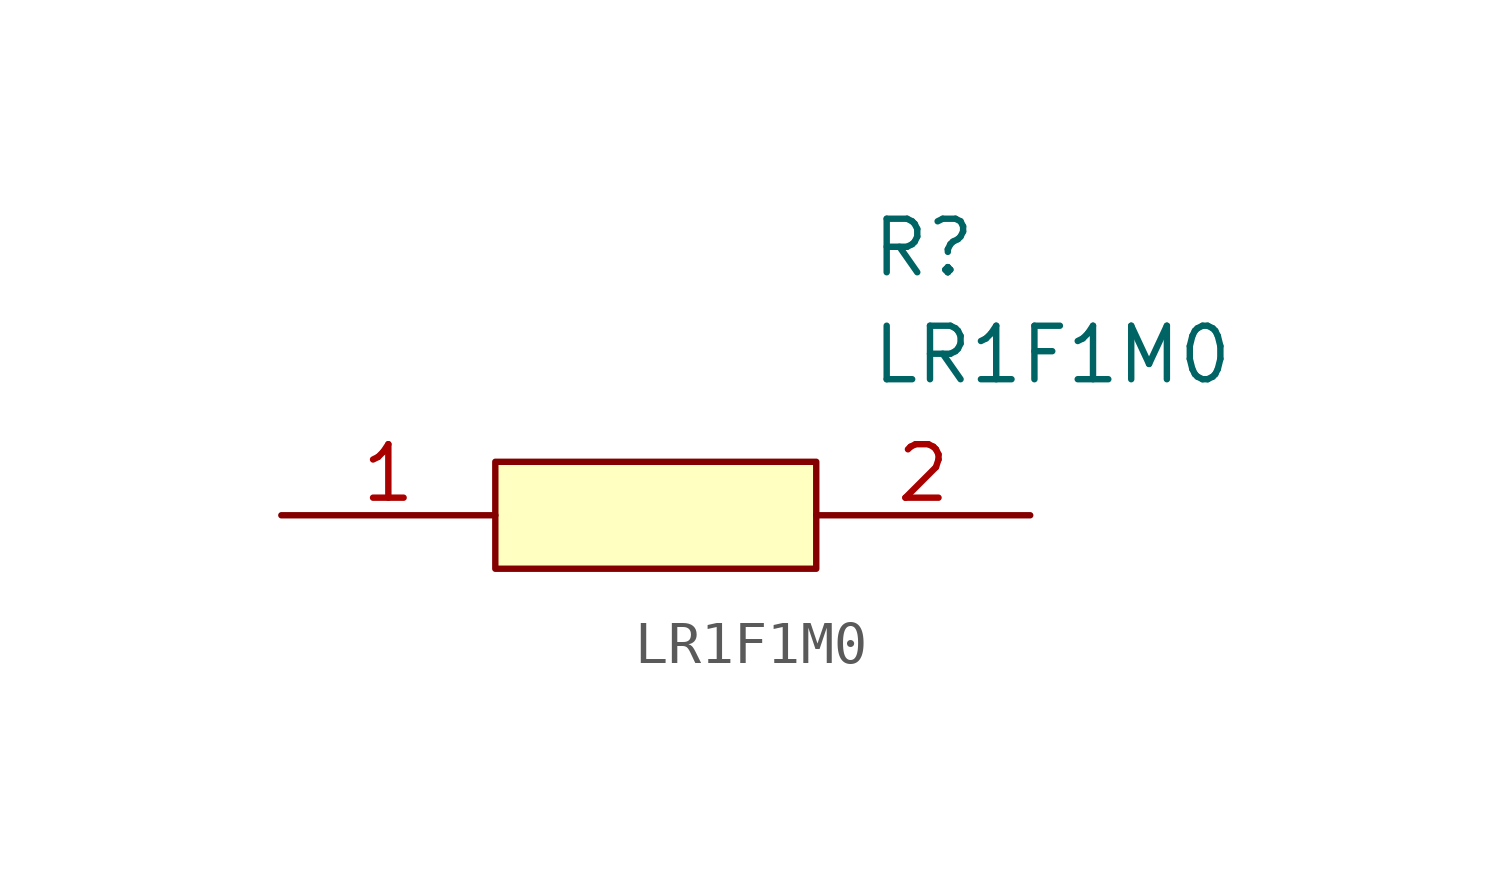
<source format=kicad_sym>
(kicad_symbol_lib
  (version 20211014)
  (generator kicad_symbol_editor)
  (symbol "LR1F1M0"
    (pin_names
      (offset 0.762))
    (property "Reference" "R"
      (at 13.97 6.35 0)
      (effects (font (size 1.27 1.27)) (justify left)))
    (property "Value" "LR1F1M0"
      (at 13.97 3.81 0)
      (effects (font (size 1.27 1.27)) (justify left)))
    (symbol "LR1F1M0_0_0"
      (pin passive line (at 0 0 0) (length 5.08) (name "~" (effects (font (size 1.27 1.27)))) (number "1" (effects (font (size 1.27 1.27)))))
      (pin passive line (at 17.78 0 180) (length 5.08) (name "~" (effects (font (size 1.27 1.27)))) (number "2" (effects (font (size 1.27 1.27))))))
    (symbol "LR1F1M0_0_1"
      (polyline (pts (xy 5.08 1.27) (xy 12.7 1.27) (xy 12.7 -1.27) (xy 5.08 -1.27) (xy 5.08 1.27)) (stroke (width 0.152) (type default) (color 0 0 0 0)) (fill (type background))))))
</source>
